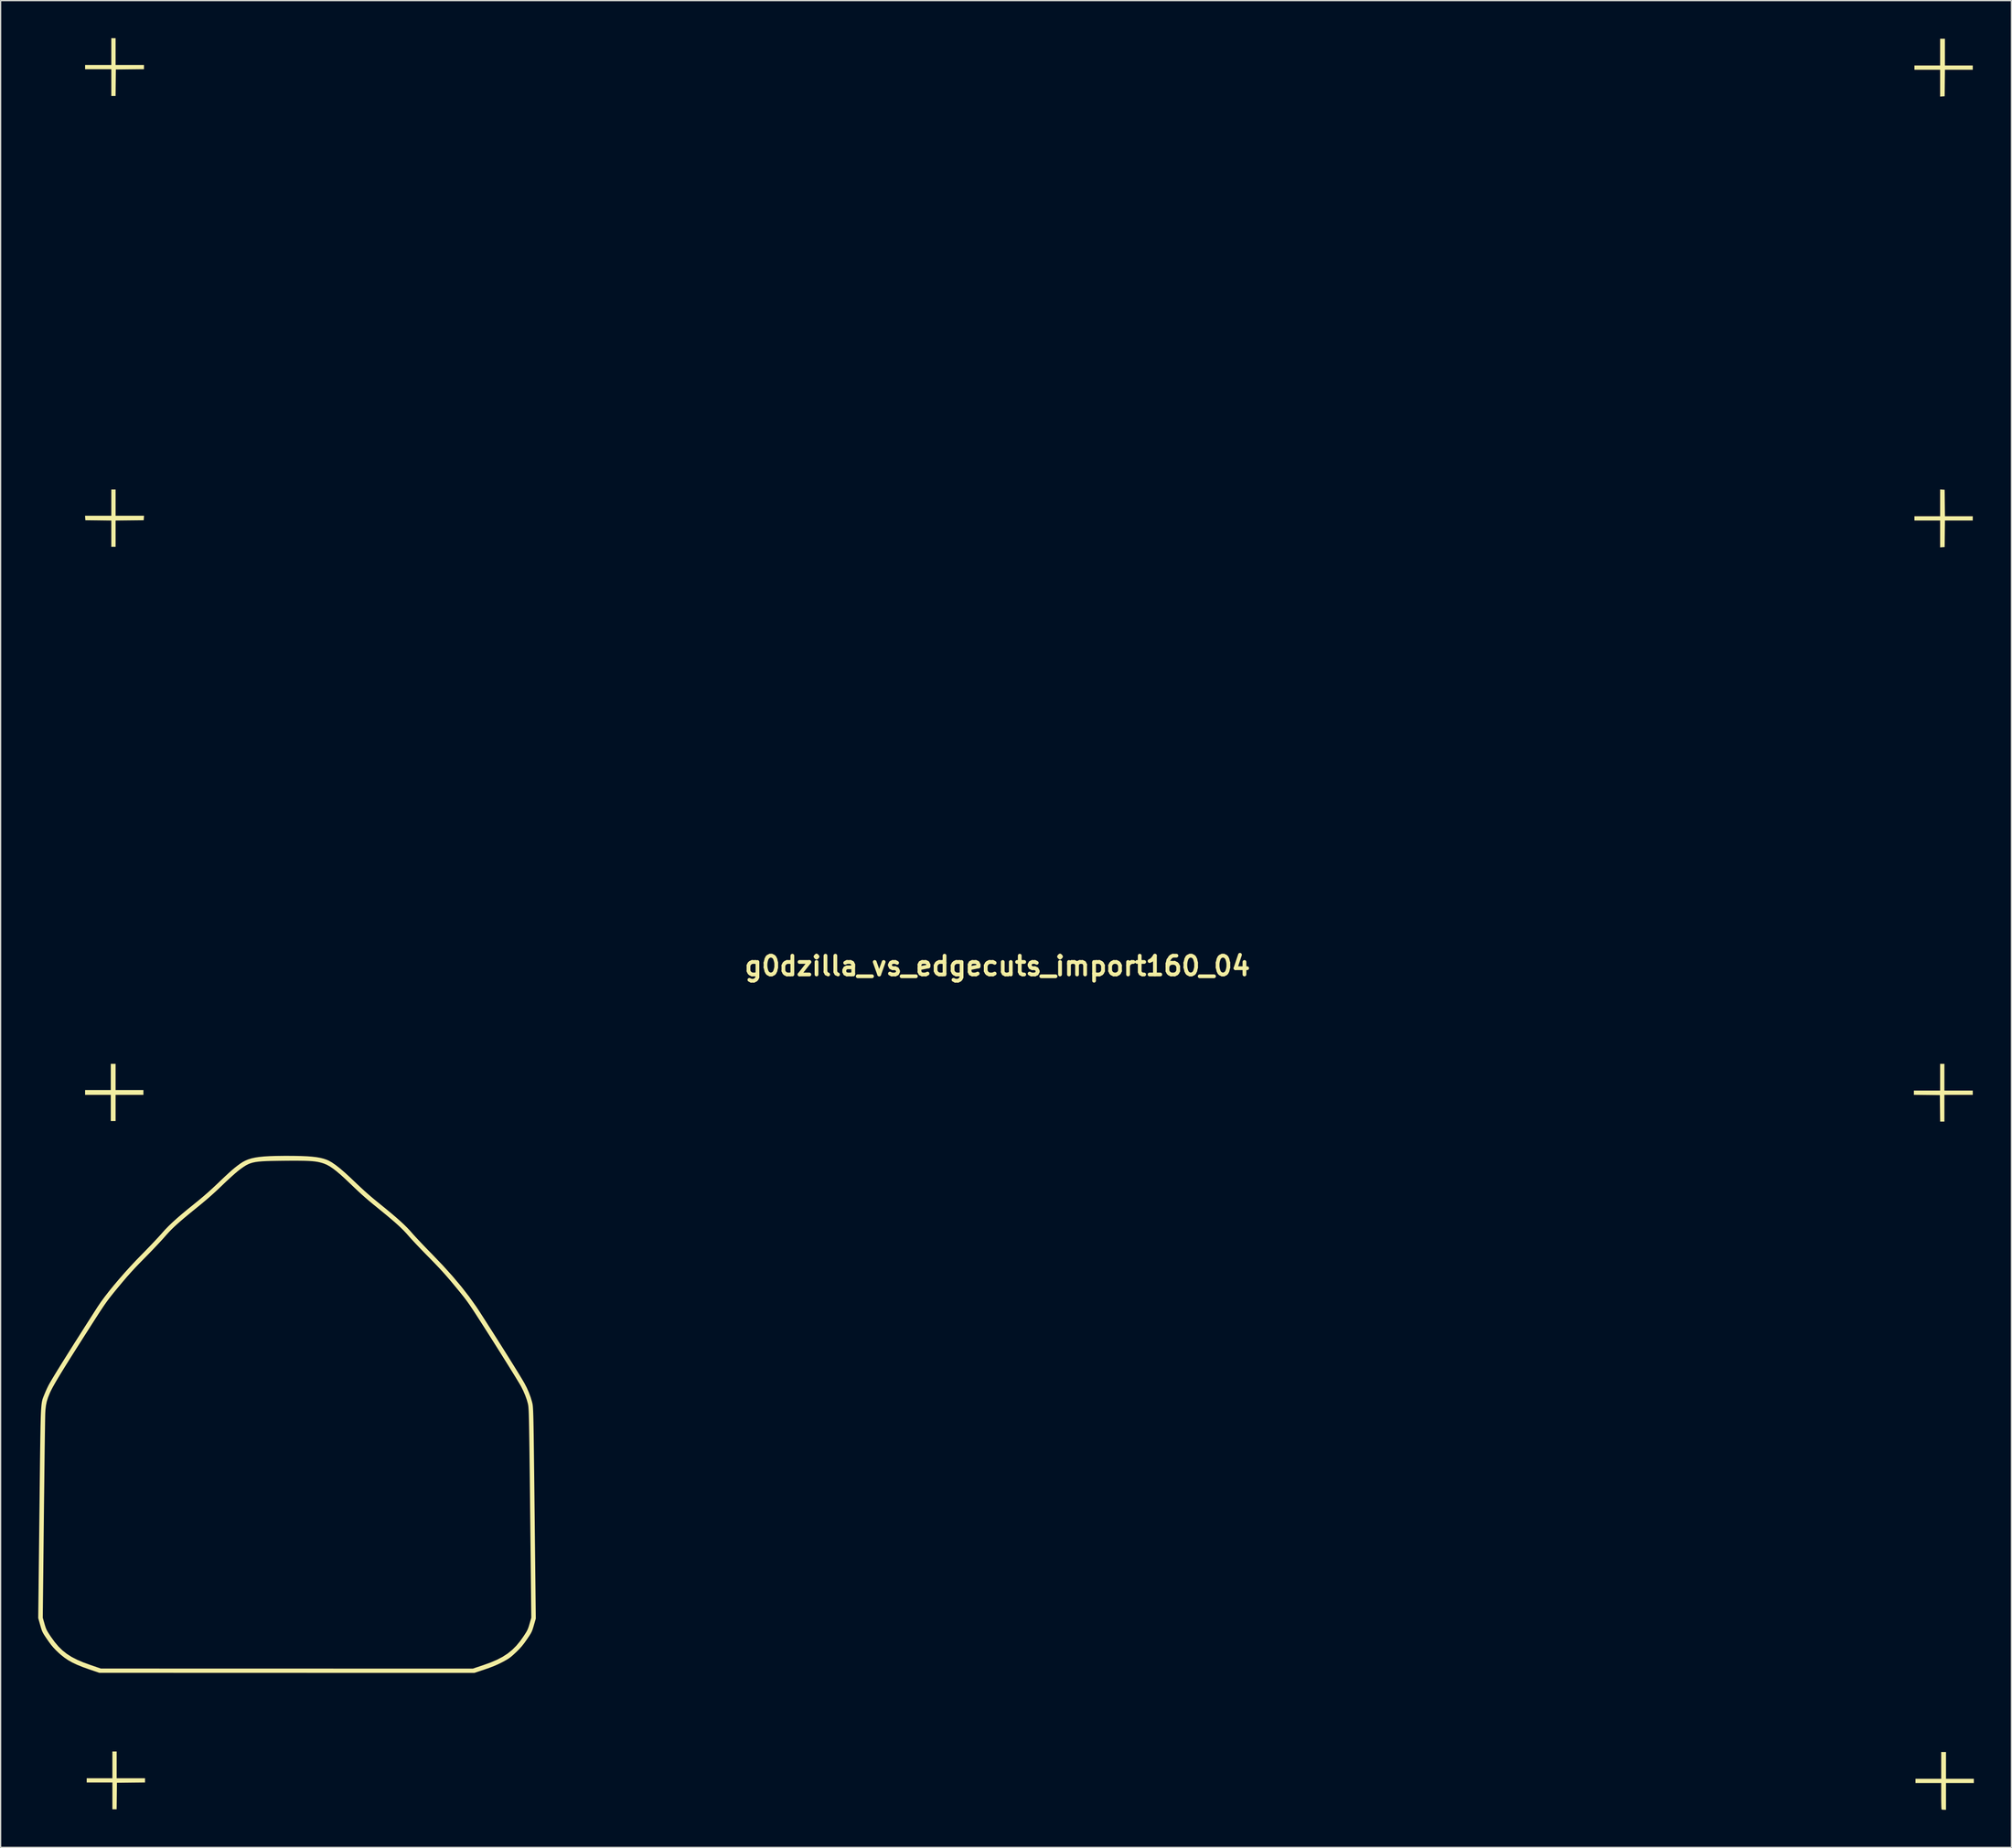
<source format=kicad_pcb>
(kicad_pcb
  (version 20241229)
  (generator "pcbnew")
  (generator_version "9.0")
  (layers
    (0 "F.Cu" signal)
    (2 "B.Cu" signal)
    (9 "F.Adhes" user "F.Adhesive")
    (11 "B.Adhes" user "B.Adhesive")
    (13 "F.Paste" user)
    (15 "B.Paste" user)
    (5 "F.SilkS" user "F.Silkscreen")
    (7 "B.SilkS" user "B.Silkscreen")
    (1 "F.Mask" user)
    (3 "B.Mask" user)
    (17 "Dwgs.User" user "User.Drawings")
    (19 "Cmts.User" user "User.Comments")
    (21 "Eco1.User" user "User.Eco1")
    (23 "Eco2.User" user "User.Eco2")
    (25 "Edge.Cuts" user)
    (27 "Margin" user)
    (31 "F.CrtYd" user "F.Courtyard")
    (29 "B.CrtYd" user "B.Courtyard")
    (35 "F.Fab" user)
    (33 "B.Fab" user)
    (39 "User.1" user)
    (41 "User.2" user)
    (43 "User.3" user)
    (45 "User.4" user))
  (footprint "g0dzilla_vs_edgecuts_import160_04"
    (layer "F.Cu")
    (at 76.525 74.066)
    (property "Reference" "g0dzilla_vs_edgecuts_import160_04" (at 0 0 0) (layer "F.SilkS") (effects (font (size 1.5 1.5) (thickness 0.3))))
    (attr board_only exclude_from_pos_files exclude_from_bom)
    (fp_poly (pts (xy -70.352 -72.998) (xy -70.352 -71.931) (xy -69.22 -71.931) (xy -68.089 -71.931) (xy -68.089 -71.761) (xy -68.089 -71.591) (xy -69.21 -71.58) (xy -70.33 -71.568) (xy -70.342 -70.512) (xy -70.353 -69.455) (xy -70.523 -69.455) (xy -70.693 -69.455) (xy -70.693 -70.522) (xy -70.693 -71.59) (xy -71.739 -71.59) (xy -72.785 -71.59) (xy -72.785 -71.76) (xy -72.785 -71.931) (xy -71.739 -71.931) (xy -70.693 -71.931) (xy -70.693 -72.998) (xy -70.693 -74.066) (xy -70.522 -74.066) (xy -70.352 -74.066)) (stroke (width 0) (type solid)) (fill yes) (layer "F.SilkS"))
    (fp_poly (pts (xy -70.352 -36.99) (xy -70.352 -35.944) (xy -69.218 -35.944) (xy -68.084 -35.944) (xy -68.097 -35.763) (xy -68.11 -35.581) (xy -69.231 -35.57) (xy -70.352 -35.559) (xy -70.352 -34.513) (xy -70.352 -33.468) (xy -70.522 -33.468) (xy -70.693 -33.468) (xy -70.693 -34.513) (xy -70.693 -35.558) (xy -71.728 -35.57) (xy -72.764 -35.581) (xy -72.777 -35.763) (xy -72.79 -35.944) (xy -71.741 -35.944) (xy -70.693 -35.944) (xy -70.693 -36.99) (xy -70.693 -38.036) (xy -70.522 -38.036) (xy -70.352 -38.036)) (stroke (width 0) (type solid)) (fill yes) (layer "F.SilkS"))
    (fp_poly (pts (xy -70.352 8.858) (xy -70.352 9.904) (xy -69.242 9.904) (xy -68.132 9.904) (xy -68.132 10.096) (xy -68.132 10.288) (xy -69.242 10.288) (xy -70.352 10.288) (xy -70.352 11.334) (xy -70.352 12.38) (xy -70.544 12.38) (xy -70.736 12.38) (xy -70.736 11.334) (xy -70.736 10.288) (xy -71.76 10.288) (xy -72.785 10.288) (xy -72.785 10.096) (xy -72.785 9.904) (xy -71.76 9.904) (xy -70.736 9.904) (xy -70.736 8.858) (xy -70.736 7.812) (xy -70.544 7.812) (xy -70.352 7.812)) (stroke (width 0) (type solid)) (fill yes) (layer "F.SilkS"))
    (fp_poly (pts (xy -70.266 63.777) (xy -70.266 64.845) (xy -69.135 64.845) (xy -68.004 64.845) (xy -68.004 65.015) (xy -68.004 65.185) (xy -69.124 65.196) (xy -70.245 65.208) (xy -70.256 66.264) (xy -70.268 67.321) (xy -70.438 67.321) (xy -70.608 67.321) (xy -70.608 66.253) (xy -70.608 65.186) (xy -71.632 65.186) (xy -72.657 65.186) (xy -72.657 65.015) (xy -72.657 64.845) (xy -71.632 64.845) (xy -70.608 64.845) (xy -70.608 63.777) (xy -70.608 62.71) (xy -70.437 62.71) (xy -70.266 62.71)) (stroke (width 0) (type solid)) (fill yes) (layer "F.SilkS"))
    (fp_poly (pts (xy 75.4 -38.028) (xy 75.581 -38.015) (xy 75.592 -36.958) (xy 75.604 -35.902) (xy 76.713 -35.902) (xy 77.822 -35.902) (xy 77.822 -35.731) (xy 77.822 -35.56) (xy 76.713 -35.56) (xy 75.604 -35.56) (xy 75.592 -34.503) (xy 75.581 -33.447) (xy 75.4 -33.434) (xy 75.218 -33.421) (xy 75.218 -34.49) (xy 75.218 -35.56) (xy 74.194 -35.56) (xy 73.169 -35.56) (xy 73.169 -35.731) (xy 73.169 -35.902) (xy 74.194 -35.902) (xy 75.218 -35.902) (xy 75.218 -36.971) (xy 75.218 -38.041)) (stroke (width 0) (type solid)) (fill yes) (layer "F.SilkS"))
    (fp_poly (pts (xy 75.56 8.879) (xy 75.56 9.947) (xy 76.691 9.947) (xy 77.822 9.947) (xy 77.822 10.117) (xy 77.822 10.288) (xy 76.691 10.288) (xy 75.56 10.288) (xy 75.56 11.355) (xy 75.56 12.423) (xy 75.39 12.423) (xy 75.22 12.423) (xy 75.208 11.366) (xy 75.197 10.309) (xy 74.162 10.298) (xy 73.126 10.287) (xy 73.126 10.117) (xy 73.126 9.947) (xy 74.172 9.947) (xy 75.218 9.947) (xy 75.218 8.879) (xy 75.218 7.812) (xy 75.389 7.812) (xy 75.56 7.812)) (stroke (width 0) (type solid)) (fill yes) (layer "F.SilkS"))
    (fp_poly (pts (xy 75.602 -72.956) (xy 75.602 -71.888) (xy 76.712 -71.888) (xy 77.822 -71.888) (xy 77.822 -71.718) (xy 77.822 -71.547) (xy 76.713 -71.547) (xy 75.604 -71.547) (xy 75.592 -70.49) (xy 75.581 -69.434) (xy 75.4 -69.421) (xy 75.218 -69.408) (xy 75.218 -70.477) (xy 75.218 -71.547) (xy 74.194 -71.547) (xy 73.169 -71.547) (xy 73.169 -71.718) (xy 73.169 -71.888) (xy 74.194 -71.888) (xy 75.218 -71.888) (xy 75.218 -72.956) (xy 75.218 -74.023) (xy 75.41 -74.023) (xy 75.602 -74.023)) (stroke (width 0) (type solid)) (fill yes) (layer "F.SilkS"))
    (fp_poly (pts (xy 75.688 63.82) (xy 75.688 64.887) (xy 76.798 64.887) (xy 77.908 64.887) (xy 77.908 65.058) (xy 77.908 65.229) (xy 76.798 65.229) (xy 75.688 65.229) (xy 75.688 66.296) (xy 75.688 67.363) (xy 75.524 67.363) (xy 75.411 67.357) (xy 75.339 67.34) (xy 75.332 67.335) (xy 75.324 67.286) (xy 75.317 67.164) (xy 75.311 66.98) (xy 75.307 66.747) (xy 75.304 66.477) (xy 75.304 66.268) (xy 75.304 65.229) (xy 74.279 65.229) (xy 73.254 65.229) (xy 73.254 65.058) (xy 73.254 64.887) (xy 74.279 64.887) (xy 75.304 64.887) (xy 75.304 63.82) (xy 75.304 62.753) (xy 75.496 62.753) (xy 75.688 62.753)) (stroke (width 0) (type solid)) (fill yes) (layer "F.SilkS"))
    (fp_poly (pts (xy -56.061 15.161) (xy -55.529 15.173) (xy -55.067 15.193) (xy -54.666 15.224) (xy -54.32 15.265) (xy -54.019 15.318) (xy -53.756 15.384) (xy -53.523 15.463) (xy -53.358 15.534) (xy -53.097 15.68) (xy -52.791 15.891) (xy -52.439 16.167) (xy -52.041 16.511) (xy -51.593 16.923) (xy -51.467 17.044) (xy -51.109 17.385) (xy -50.798 17.677) (xy -50.518 17.935) (xy -50.254 18.17) (xy -49.994 18.396) (xy -49.721 18.626) (xy -49.422 18.871) (xy -49.242 19.017) (xy -48.742 19.423) (xy -48.307 19.785) (xy -47.928 20.109) (xy -47.6 20.401) (xy -47.317 20.665) (xy -47.072 20.908) (xy -46.86 21.135) (xy -46.745 21.266) (xy -46.611 21.419) (xy -46.427 21.621) (xy -46.202 21.862) (xy -45.948 22.132) (xy -45.673 22.42) (xy -45.388 22.715) (xy -45.103 23.006) (xy -45.1 23.009) (xy -44.251 23.895) (xy -43.478 24.752) (xy -42.778 25.583) (xy -42.146 26.394) (xy -41.58 27.188) (xy -41.295 27.62) (xy -40.86 28.298) (xy -40.44 28.957) (xy -40.036 29.592) (xy -39.652 30.198) (xy -39.292 30.77) (xy -38.958 31.303) (xy -38.653 31.793) (xy -38.38 32.233) (xy -38.143 32.619) (xy -37.945 32.946) (xy -37.789 33.209) (xy -37.726 33.319) (xy -37.55 33.657) (xy -37.384 34.034) (xy -37.24 34.418) (xy -37.131 34.779) (xy -37.092 34.941) (xy -37.083 34.991) (xy -37.074 35.047) (xy -37.066 35.112) (xy -37.058 35.192) (xy -37.051 35.289) (xy -37.044 35.407) (xy -37.037 35.549) (xy -37.031 35.72) (xy -37.024 35.922) (xy -37.018 36.161) (xy -37.012 36.438) (xy -37.006 36.759) (xy -37 37.126) (xy -36.993 37.544) (xy -36.987 38.015) (xy -36.979 38.544) (xy -36.972 39.135) (xy -36.964 39.79) (xy -36.955 40.514) (xy -36.946 41.31) (xy -36.936 42.183) (xy -36.926 43.134) (xy -36.919 43.714) (xy -36.826 52.102) (xy -36.982 52.642) (xy -37.043 52.847) (xy -37.097 53.01) (xy -37.154 53.149) (xy -37.225 53.285) (xy -37.319 53.438) (xy -37.446 53.629) (xy -37.54 53.768) (xy -37.743 54.054) (xy -37.93 54.292) (xy -38.123 54.51) (xy -38.347 54.735) (xy -38.427 54.811) (xy -38.631 55) (xy -38.799 55.145) (xy -38.957 55.264) (xy -39.127 55.373) (xy -39.334 55.49) (xy -39.497 55.577) (xy -39.827 55.741) (xy -40.169 55.891) (xy -40.549 56.037) (xy -40.904 56.16) (xy -41.726 56.435) (xy -56.69 56.432) (xy -71.654 56.428) (xy -72.488 56.143) (xy -72.992 55.962) (xy -73.426 55.786) (xy -73.803 55.608) (xy -74.138 55.419) (xy -74.443 55.212) (xy -74.733 54.98) (xy -74.91 54.821) (xy -75.134 54.606) (xy -75.32 54.409) (xy -75.492 54.204) (xy -75.669 53.966) (xy -75.8 53.777) (xy -75.952 53.555) (xy -76.064 53.383) (xy -76.147 53.241) (xy -76.21 53.11) (xy -76.263 52.968) (xy -76.316 52.797) (xy -76.367 52.621) (xy -76.525 52.059) (xy -76.524 52.029) (xy -76.162 52.029) (xy -76.024 52.514) (xy -75.967 52.705) (xy -75.914 52.86) (xy -75.854 53) (xy -75.776 53.143) (xy -75.671 53.312) (xy -75.529 53.526) (xy -75.499 53.57) (xy -75.205 53.976) (xy -74.906 54.33) (xy -74.591 54.639) (xy -74.248 54.911) (xy -73.865 55.156) (xy -73.431 55.38) (xy -72.935 55.592) (xy -72.365 55.8) (xy -72.359 55.802) (xy -71.526 56.087) (xy -56.69 56.09) (xy -41.854 56.093) (xy -41.031 55.818) (xy -40.441 55.606) (xy -39.925 55.386) (xy -39.473 55.15) (xy -39.073 54.89) (xy -38.714 54.6) (xy -38.384 54.27) (xy -38.074 53.893) (xy -37.849 53.578) (xy -37.7 53.355) (xy -37.59 53.181) (xy -37.509 53.033) (xy -37.446 52.891) (xy -37.39 52.733) (xy -37.332 52.538) (xy -37.328 52.524) (xy -37.185 52.029) (xy -37.266 44.595) (xy -37.278 43.548) (xy -37.288 42.582) (xy -37.298 41.695) (xy -37.307 40.882) (xy -37.316 40.141) (xy -37.324 39.468) (xy -37.331 38.86) (xy -37.338 38.312) (xy -37.345 37.821) (xy -37.352 37.385) (xy -37.358 36.999) (xy -37.364 36.659) (xy -37.37 36.363) (xy -37.376 36.108) (xy -37.382 35.888) (xy -37.388 35.701) (xy -37.394 35.544) (xy -37.401 35.413) (xy -37.408 35.304) (xy -37.415 35.214) (xy -37.423 35.139) (xy -37.432 35.076) (xy -37.441 35.022) (xy -37.451 34.973) (xy -37.461 34.926) (xy -37.547 34.622) (xy -37.671 34.279) (xy -37.822 33.925) (xy -37.988 33.591) (xy -38.066 33.451) (xy -38.181 33.258) (xy -38.337 33.001) (xy -38.528 32.688) (xy -38.752 32.327) (xy -39.002 31.924) (xy -39.273 31.49) (xy -39.561 31.03) (xy -39.861 30.553) (xy -40.167 30.067) (xy -40.476 29.58) (xy -40.782 29.099) (xy -41.08 28.632) (xy -41.099 28.602) (xy -41.365 28.188) (xy -41.591 27.836) (xy -41.787 27.535) (xy -41.958 27.277) (xy -42.111 27.051) (xy -42.255 26.846) (xy -42.397 26.653) (xy -42.542 26.462) (xy -42.7 26.262) (xy -42.876 26.044) (xy -43.078 25.797) (xy -43.247 25.592) (xy -43.599 25.169) (xy -43.925 24.789) (xy -44.241 24.432) (xy -44.566 24.079) (xy -44.917 23.711) (xy -45.31 23.308) (xy -45.373 23.244) (xy -45.655 22.957) (xy -45.94 22.663) (xy -46.216 22.375) (xy -46.473 22.103) (xy -46.699 21.859) (xy -46.885 21.655) (xy -46.995 21.529) (xy -47.17 21.331) (xy -47.358 21.131) (xy -47.567 20.924) (xy -47.803 20.702) (xy -48.073 20.46) (xy -48.385 20.191) (xy -48.746 19.888) (xy -49.163 19.545) (xy -49.498 19.273) (xy -49.85 18.986) (xy -50.161 18.727) (xy -50.448 18.479) (xy -50.73 18.229) (xy -51.022 17.961) (xy -51.341 17.659) (xy -51.654 17.359) (xy -52.056 16.978) (xy -52.41 16.657) (xy -52.723 16.392) (xy -53.001 16.177) (xy -53.251 16.008) (xy -53.48 15.88) (xy -53.693 15.787) (xy -53.729 15.774) (xy -53.897 15.719) (xy -54.067 15.674) (xy -54.246 15.636) (xy -54.444 15.606) (xy -54.669 15.583) (xy -54.93 15.566) (xy -55.236 15.554) (xy -55.596 15.548) (xy -56.017 15.545) (xy -56.509 15.547) (xy -56.892 15.55) (xy -57.439 15.556) (xy -57.909 15.564) (xy -58.311 15.576) (xy -58.654 15.594) (xy -58.946 15.619) (xy -59.196 15.653) (xy -59.413 15.698) (xy -59.605 15.756) (xy -59.782 15.829) (xy -59.951 15.917) (xy -60.121 16.024) (xy -60.302 16.15) (xy -60.469 16.274) (xy -60.624 16.397) (xy -60.824 16.567) (xy -61.055 16.771) (xy -61.302 16.995) (xy -61.551 17.227) (xy -61.688 17.358) (xy -62.031 17.687) (xy -62.34 17.977) (xy -62.63 18.241) (xy -62.917 18.496) (xy -63.22 18.755) (xy -63.553 19.033) (xy -63.934 19.344) (xy -64.034 19.425) (xy -64.463 19.775) (xy -64.832 20.081) (xy -65.151 20.352) (xy -65.427 20.595) (xy -65.669 20.817) (xy -65.885 21.027) (xy -66.085 21.233) (xy -66.277 21.443) (xy -66.411 21.595) (xy -66.573 21.779) (xy -66.785 22.01) (xy -67.034 22.276) (xy -67.307 22.565) (xy -67.593 22.863) (xy -67.88 23.157) (xy -68.05 23.33) (xy -68.45 23.737) (xy -68.805 24.108) (xy -69.133 24.465) (xy -69.454 24.826) (xy -69.785 25.214) (xy -70.125 25.622) (xy -70.336 25.878) (xy -70.518 26.102) (xy -70.679 26.303) (xy -70.825 26.489) (xy -70.963 26.67) (xy -71.097 26.855) (xy -71.236 27.052) (xy -71.384 27.271) (xy -71.549 27.52) (xy -71.737 27.808) (xy -71.954 28.145) (xy -72.207 28.54) (xy -72.388 28.824) (xy -72.843 29.537) (xy -73.254 30.183) (xy -73.623 30.766) (xy -73.953 31.288) (xy -74.245 31.755) (xy -74.503 32.17) (xy -74.728 32.537) (xy -74.923 32.86) (xy -75.091 33.143) (xy -75.233 33.39) (xy -75.353 33.604) (xy -75.452 33.79) (xy -75.533 33.952) (xy -75.599 34.094) (xy -75.607 34.114) (xy -75.745 34.457) (xy -75.844 34.773) (xy -75.909 35.091) (xy -75.949 35.442) (xy -75.964 35.696) (xy -75.967 35.798) (xy -75.971 35.98) (xy -75.976 36.239) (xy -75.981 36.569) (xy -75.987 36.966) (xy -75.994 37.426) (xy -76.001 37.943) (xy -76.009 38.513) (xy -76.017 39.131) (xy -76.025 39.794) (xy -76.034 40.495) (xy -76.042 41.231) (xy -76.051 41.997) (xy -76.061 42.788) (xy -76.07 43.6) (xy -76.076 44.147) (xy -76.162 52.029) (xy -76.524 52.029) (xy -76.431 43.688) (xy -76.419 42.673) (xy -76.409 41.741) (xy -76.399 40.886) (xy -76.39 40.105) (xy -76.382 39.395) (xy -76.374 38.751) (xy -76.366 38.171) (xy -76.358 37.651) (xy -76.35 37.186) (xy -76.342 36.773) (xy -76.333 36.408) (xy -76.324 36.088) (xy -76.314 35.809) (xy -76.303 35.567) (xy -76.291 35.359) (xy -76.277 35.18) (xy -76.263 35.027) (xy -76.246 34.897) (xy -76.228 34.786) (xy -76.208 34.69) (xy -76.186 34.604) (xy -76.162 34.527) (xy -76.135 34.453) (xy -76.106 34.38) (xy -76.074 34.303) (xy -76.04 34.218) (xy -76.021 34.173) (xy -75.928 33.95) (xy -75.822 33.715) (xy -75.719 33.504) (xy -75.678 33.426) (xy -75.571 33.236) (xy -75.419 32.978) (xy -75.224 32.654) (xy -74.987 32.266) (xy -74.71 31.819) (xy -74.395 31.314) (xy -74.043 30.753) (xy -73.657 30.141) (xy -73.237 29.48) (xy -72.787 28.771) (xy -72.307 28.019) (xy -71.799 27.226) (xy -71.777 27.193) (xy -71.531 26.829) (xy -71.229 26.418) (xy -70.881 25.969) (xy -70.493 25.492) (xy -70.075 24.997) (xy -69.635 24.493) (xy -69.18 23.99) (xy -68.719 23.498) (xy -68.285 23.052) (xy -68.003 22.765) (xy -67.716 22.468) (xy -67.435 22.175) (xy -67.173 21.897) (xy -66.94 21.647) (xy -66.749 21.436) (xy -66.646 21.319) (xy -66.4 21.045) (xy -66.125 20.762) (xy -65.813 20.463) (xy -65.458 20.142) (xy -65.051 19.791) (xy -64.586 19.406) (xy -64.183 19.08) (xy -63.745 18.724) (xy -63.349 18.392) (xy -62.974 18.066) (xy -62.597 17.724) (xy -62.196 17.347) (xy -61.985 17.145) (xy -61.642 16.818) (xy -61.346 16.544) (xy -61.087 16.312) (xy -60.852 16.114) (xy -60.631 15.94) (xy -60.413 15.781) (xy -60.409 15.778) (xy -60.205 15.645) (xy -59.99 15.532) (xy -59.758 15.436) (xy -59.5 15.357) (xy -59.207 15.293) (xy -58.873 15.244) (xy -58.49 15.207) (xy -58.048 15.181) (xy -57.542 15.165) (xy -56.961 15.158) (xy -56.67 15.157)) (stroke (width 0) (type solid)) (fill yes) (layer "F.SilkS")))
  (gr_rect
    (start -3 -3)
    (end 157.432 144.429)
    (stroke (width 0.1) (type default))
    (fill no)
    (layer "Edge.Cuts")))
</source>
